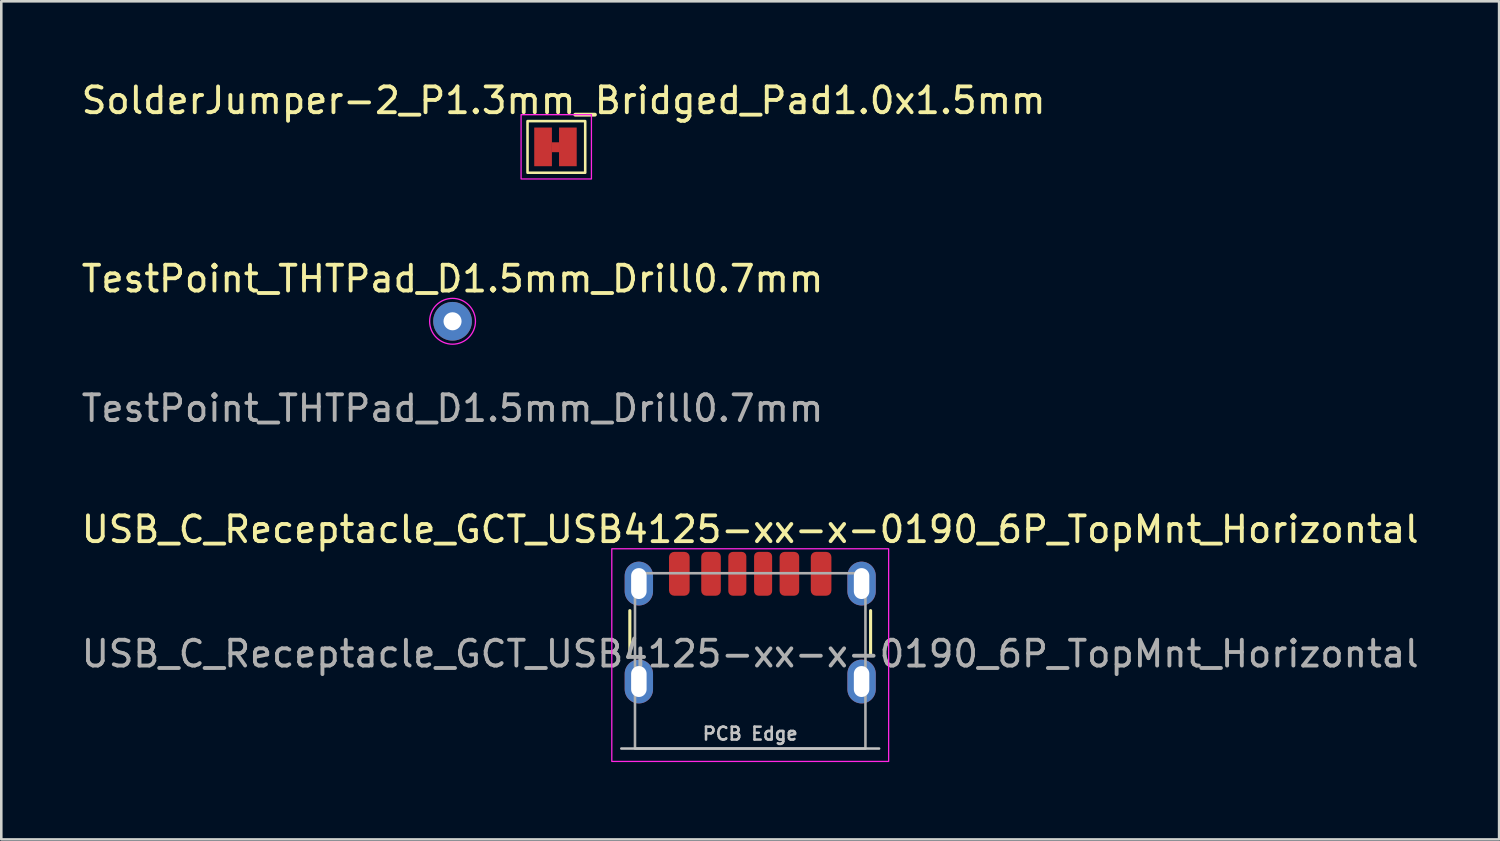
<source format=kicad_pcb>
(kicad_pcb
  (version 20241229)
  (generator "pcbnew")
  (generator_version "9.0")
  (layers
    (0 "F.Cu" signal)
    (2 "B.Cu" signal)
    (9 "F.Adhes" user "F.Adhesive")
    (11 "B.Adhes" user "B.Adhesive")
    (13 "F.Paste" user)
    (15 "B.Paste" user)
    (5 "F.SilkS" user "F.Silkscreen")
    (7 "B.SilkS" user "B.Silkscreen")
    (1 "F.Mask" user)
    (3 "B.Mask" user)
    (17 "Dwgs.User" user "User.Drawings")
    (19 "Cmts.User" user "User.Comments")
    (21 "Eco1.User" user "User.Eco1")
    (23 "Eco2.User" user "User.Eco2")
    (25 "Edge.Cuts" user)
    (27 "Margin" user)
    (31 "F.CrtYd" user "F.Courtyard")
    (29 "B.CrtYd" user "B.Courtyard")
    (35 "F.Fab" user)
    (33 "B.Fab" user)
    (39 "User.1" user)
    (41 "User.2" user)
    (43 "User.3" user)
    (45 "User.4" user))
  (footprint "SolderJumper-2_P1.3mm_Bridged_Pad1.0x1.5mm"
    (layer "F.Cu")
    (at 18.815 2.648)
    (property "Reference" "SolderJumper-2_P1.3mm_Bridged_Pad1.0x1.5mm" (at 0 -1.8 0) (layer "F.SilkS") (effects (font (size 1 1) (thickness 0.15))))
    (attr exclude_from_pos_files exclude_from_bom allow_soldermask_bridges)
    (fp_poly (pts (xy -0.457 -0.178) (xy -0.173 -0.178) (xy -0.173 0.206) (xy -0.457 0.206)) (stroke (width 0) (type solid)) (fill yes) (layer "F.Cu"))
    (fp_rect (start -0.454 -0.75) (end -0.178 0.75) (stroke (width 0) (type solid)) (fill yes) (layer "F.Mask"))
    (fp_rect (start -1.4 -1) (end 0.838 1.003) (stroke (width 0.1) (type default)) (fill no) (layer "F.SilkS"))
    (fp_rect (start -1.65 -1.25) (end 1.079 1.245) (stroke (width 0.05) (type default)) (fill no) (layer "F.CrtYd"))
    (pad "1" smd rect (at -0.797 0) (size 0.686 1.5) (layers "F.Cu" "F.Mask"))
    (pad "2" smd rect (at 0.165 0) (size 0.686 1.5) (layers "F.Cu" "F.Mask")))
  (footprint "TestPoint_THTPad_D1.5mm_Drill0.7mm"
    (layer "F.Cu")
    (at 14.506 9.414)
    (property "Reference" "TestPoint_THTPad_D1.5mm_Drill0.7mm" (at 0 -1.648 0) (layer "F.SilkS") (effects (font (size 1 1) (thickness 0.15))))
    (attr exclude_from_pos_files exclude_from_bom)
    (fp_circle (center 0 0) (end 0.889 0) (stroke (width 0.05) (type solid)) (fill no) (layer "F.CrtYd"))
    (fp_text user "${REFERENCE}" (at 0 3.378 0) (layer "F.Fab") (effects (font (size 1 1) (thickness 0.15))))
    (pad "1" thru_hole circle (at 0 0) (size 1.5 1.5) (drill 0.7) (layers "*.Cu" "*.Mask")))
  (footprint "USB_C_Receptacle_GCT_USB4125-xx-x-0190_6P_TopMnt_Horizontal"
    (layer "F.Cu")
    (at 26.054 22.589)
    (property "Reference" "USB_C_Receptacle_GCT_USB4125-xx-x-0190_6P_TopMnt_Horizontal" (at 0 -5.1 0) (unlocked yes) (layer "F.SilkS") (effects (font (size 1 1) (thickness 0.15))))
    (attr smd)
    (fp_line (start -4.67 -0.25) (end -4.67 -1.95) (stroke (width 0.12) (type solid)) (layer "F.SilkS"))
    (fp_line (start 4.67 -0.25) (end 4.67 -1.95) (stroke (width 0.12) (type solid)) (layer "F.SilkS"))
    (fp_line (start 5 3.4) (end -5 3.4) (stroke (width 0.1) (type solid)) (layer "Dwgs.User"))
    (fp_rect (start -5.37 -4.35) (end 5.37 3.9) (stroke (width 0.05) (type solid)) (fill no) (layer "F.CrtYd"))
    (fp_rect (start -4.47 -3.4) (end 4.47 3.4) (stroke (width 0.1) (type solid)) (fill no) (layer "F.Fab"))
    (fp_text user "PCB Edge" (at 0 2.825 0) (unlocked yes) (layer "Dwgs.User") (effects (font (size 0.5 0.5) (thickness 0.1))))
    (fp_text user "${REFERENCE}" (at 0 -0.275 0) (unlocked yes) (layer "F.Fab") (effects (font (size 1 1) (thickness 0.15))))
    (pad "A5" smd roundrect (at -0.5 -3.379) (size 0.7 1.7) (layers "F.Cu" "F.Mask" "F.Paste") (roundrect_rratio 0.25))
    (pad "A9" smd roundrect (at 1.52 -3.379) (size 0.76 1.7) (layers "F.Cu" "F.Mask" "F.Paste") (roundrect_rratio 0.25))
    (pad "A12" smd roundrect (at 2.75 -3.379 180) (size 0.8 1.7) (layers "F.Cu" "F.Mask" "F.Paste") (roundrect_rratio 0.25))
    (pad "B5" smd roundrect (at 0.5 -3.379 180) (size 0.7 1.7) (layers "F.Cu" "F.Mask" "F.Paste") (roundrect_rratio 0.25))
    (pad "B9" smd roundrect (at -1.52 -3.379) (size 0.76 1.7) (layers "F.Cu" "F.Mask" "F.Paste") (roundrect_rratio 0.25))
    (pad "B12" smd roundrect (at -2.75 -3.379) (size 0.8 1.7) (layers "F.Cu" "F.Mask" "F.Paste") (roundrect_rratio 0.25))
    (pad "S1" thru_hole oval (at -4.32 -3) (size 1.1 1.7) (drill oval 0.6 1.2) (property pad_prop_heatsink) (layers "*.Cu" "*.Mask" "F.Paste"))
    (pad "S1" thru_hole oval (at -4.32 0.8) (size 1.1 1.7) (drill oval 0.6 1.2) (property pad_prop_heatsink) (layers "*.Cu" "*.Mask" "F.Paste"))
    (pad "S1" thru_hole oval (at 4.32 -3) (size 1.1 1.7) (drill oval 0.6 1.2) (property pad_prop_heatsink) (layers "*.Cu" "*.Mask" "F.Paste"))
    (pad "S1" thru_hole oval (at 4.32 0.8) (size 1.1 1.7) (drill oval 0.6 1.2) (property pad_prop_heatsink) (layers "*.Cu" "*.Mask" "F.Paste")))
  (gr_rect
    (start -3 -3)
    (end 55.107 29.514)
    (stroke (width 0.1) (type default))
    (fill no)
    (layer "Edge.Cuts")))
</source>
